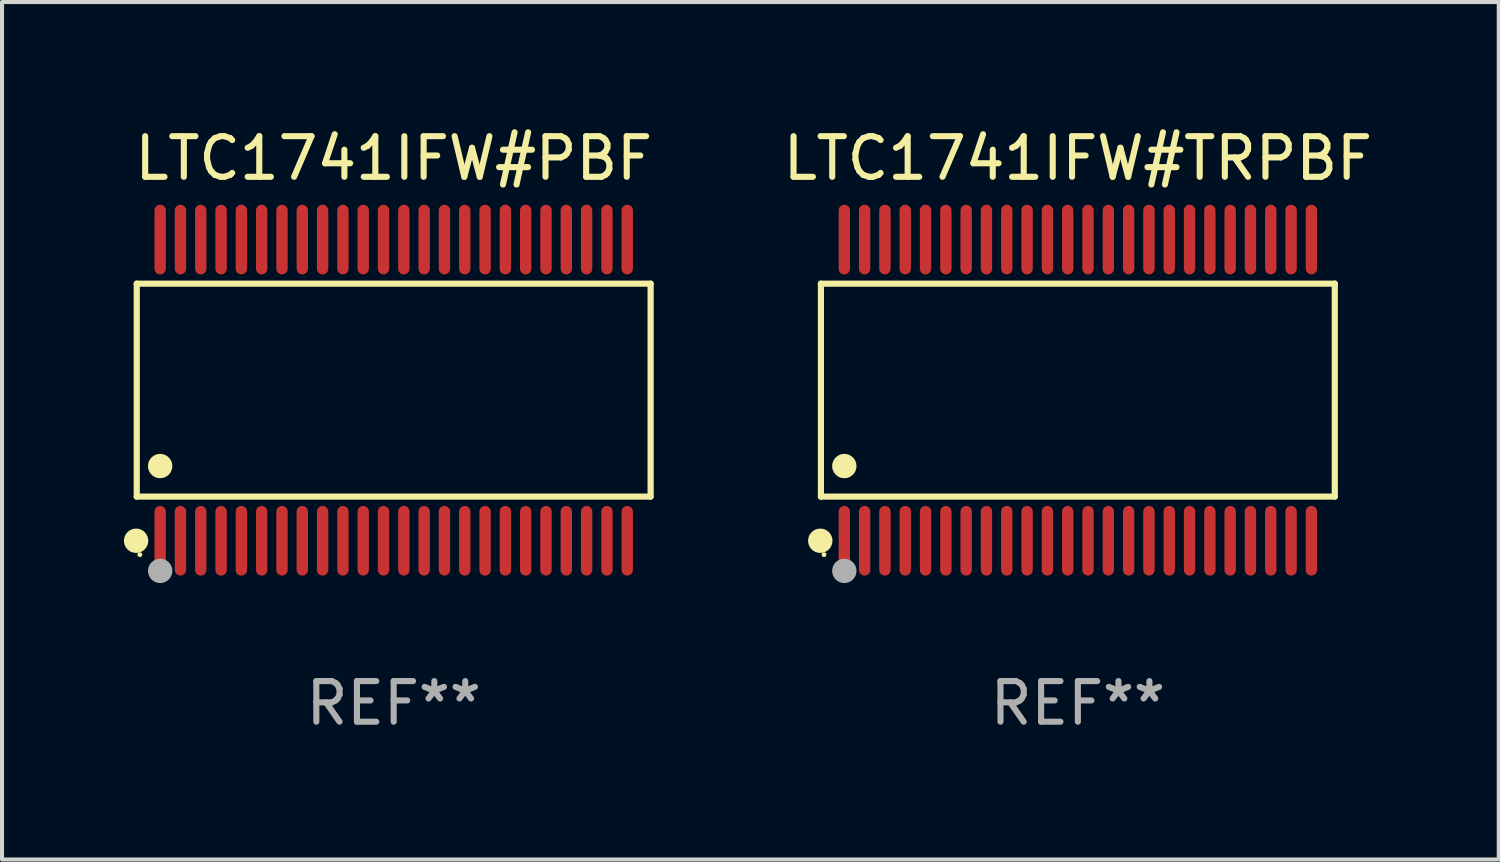
<source format=kicad_pcb>
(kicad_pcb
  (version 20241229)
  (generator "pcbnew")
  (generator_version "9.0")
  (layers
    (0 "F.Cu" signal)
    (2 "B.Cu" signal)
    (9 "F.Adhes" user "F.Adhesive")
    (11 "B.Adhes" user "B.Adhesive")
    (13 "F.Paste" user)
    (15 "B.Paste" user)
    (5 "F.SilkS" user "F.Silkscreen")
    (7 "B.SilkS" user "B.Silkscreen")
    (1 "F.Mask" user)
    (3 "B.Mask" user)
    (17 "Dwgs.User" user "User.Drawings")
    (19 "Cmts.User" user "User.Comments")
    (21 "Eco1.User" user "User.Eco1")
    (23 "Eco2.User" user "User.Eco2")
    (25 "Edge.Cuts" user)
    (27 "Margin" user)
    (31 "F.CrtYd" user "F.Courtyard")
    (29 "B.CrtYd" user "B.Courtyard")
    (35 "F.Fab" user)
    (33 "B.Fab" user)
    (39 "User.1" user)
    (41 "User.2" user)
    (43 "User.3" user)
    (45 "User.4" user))
  (footprint "LTC1741IFW#TRPBF"
    (layer "F.Cu")
    (at 23.488 6.556)
    (property "Reference" "LTC1741IFW#TRPBF" (at 0 -5.708 0) (layer "F.SilkS") (effects (font (size 1 1) (thickness 0.15))))
    (attr through_hole)
    (fp_line (start -6.326 -2.622) (end 6.326 -2.622) (stroke (width 0.152) (type solid)) (layer "F.SilkS"))
    (fp_line (start -6.326 2.621) (end -6.326 -2.622) (stroke (width 0.152) (type solid)) (layer "F.SilkS"))
    (fp_line (start 6.326 -2.622) (end 6.326 2.621) (stroke (width 0.152) (type solid)) (layer "F.SilkS"))
    (fp_line (start 6.326 2.621) (end -6.326 2.621) (stroke (width 0.152) (type solid)) (layer "F.SilkS"))
    (fp_circle (center -6.342 3.708) (end -6.192 3.708) (stroke (width 0.3) (type solid)) (fill no) (layer "F.SilkS"))
    (fp_circle (center -6.25 4.05) (end -6.22 4.05) (stroke (width 0.06) (type solid)) (fill no) (layer "F.SilkS"))
    (fp_circle (center -5.75 1.869) (end -5.6 1.869) (stroke (width 0.3) (type solid)) (fill no) (layer "F.SilkS"))
    (fp_circle (center -5.75 4.45) (end -5.6 4.45) (stroke (width 0.3) (type solid)) (fill no) (layer "F.Fab"))
    (fp_text user "REF**" (at 0 7.708 0) (layer "F.Fab") (effects (font (size 1 1) (thickness 0.15))))
    (pad "1" smd oval (at -5.75 3.708) (size 0.28 1.715) (layers "F.Cu" "F.Mask" "F.Paste"))
    (pad "2" smd oval (at -5.25 3.708) (size 0.28 1.715) (layers "F.Cu" "F.Mask" "F.Paste"))
    (pad "3" smd oval (at -4.75 3.708) (size 0.28 1.715) (layers "F.Cu" "F.Mask" "F.Paste"))
    (pad "4" smd oval (at -4.25 3.708) (size 0.28 1.715) (layers "F.Cu" "F.Mask" "F.Paste"))
    (pad "5" smd oval (at -3.75 3.708) (size 0.28 1.715) (layers "F.Cu" "F.Mask" "F.Paste"))
    (pad "6" smd oval (at -3.25 3.708) (size 0.28 1.715) (layers "F.Cu" "F.Mask" "F.Paste"))
    (pad "7" smd oval (at -2.75 3.708) (size 0.28 1.715) (layers "F.Cu" "F.Mask" "F.Paste"))
    (pad "8" smd oval (at -2.25 3.708) (size 0.28 1.715) (layers "F.Cu" "F.Mask" "F.Paste"))
    (pad "9" smd oval (at -1.75 3.708) (size 0.28 1.715) (layers "F.Cu" "F.Mask" "F.Paste"))
    (pad "10" smd oval (at -1.25 3.708) (size 0.28 1.715) (layers "F.Cu" "F.Mask" "F.Paste"))
    (pad "11" smd oval (at -0.75 3.708) (size 0.28 1.715) (layers "F.Cu" "F.Mask" "F.Paste"))
    (pad "12" smd oval (at -0.25 3.708) (size 0.28 1.715) (layers "F.Cu" "F.Mask" "F.Paste"))
    (pad "13" smd oval (at 0.25 3.708) (size 0.28 1.715) (layers "F.Cu" "F.Mask" "F.Paste"))
    (pad "14" smd oval (at 0.75 3.708) (size 0.28 1.715) (layers "F.Cu" "F.Mask" "F.Paste"))
    (pad "15" smd oval (at 1.25 3.708) (size 0.28 1.715) (layers "F.Cu" "F.Mask" "F.Paste"))
    (pad "16" smd oval (at 1.75 3.708) (size 0.28 1.715) (layers "F.Cu" "F.Mask" "F.Paste"))
    (pad "17" smd oval (at 2.25 3.708) (size 0.28 1.715) (layers "F.Cu" "F.Mask" "F.Paste"))
    (pad "18" smd oval (at 2.75 3.708) (size 0.28 1.715) (layers "F.Cu" "F.Mask" "F.Paste"))
    (pad "19" smd oval (at 3.25 3.708) (size 0.28 1.715) (layers "F.Cu" "F.Mask" "F.Paste"))
    (pad "20" smd oval (at 3.75 3.708) (size 0.28 1.715) (layers "F.Cu" "F.Mask" "F.Paste"))
    (pad "21" smd oval (at 4.25 3.708) (size 0.28 1.715) (layers "F.Cu" "F.Mask" "F.Paste"))
    (pad "22" smd oval (at 4.75 3.708) (size 0.28 1.715) (layers "F.Cu" "F.Mask" "F.Paste"))
    (pad "23" smd oval (at 5.25 3.708) (size 0.28 1.715) (layers "F.Cu" "F.Mask" "F.Paste"))
    (pad "24" smd oval (at 5.75 3.708) (size 0.28 1.715) (layers "F.Cu" "F.Mask" "F.Paste"))
    (pad "25" smd oval (at 5.75 -3.708) (size 0.28 1.715) (layers "F.Cu" "F.Mask" "F.Paste"))
    (pad "26" smd oval (at 5.25 -3.708) (size 0.28 1.715) (layers "F.Cu" "F.Mask" "F.Paste"))
    (pad "27" smd oval (at 4.75 -3.708) (size 0.28 1.715) (layers "F.Cu" "F.Mask" "F.Paste"))
    (pad "28" smd oval (at 4.25 -3.708) (size 0.28 1.715) (layers "F.Cu" "F.Mask" "F.Paste"))
    (pad "29" smd oval (at 3.75 -3.708) (size 0.28 1.715) (layers "F.Cu" "F.Mask" "F.Paste"))
    (pad "30" smd oval (at 3.25 -3.708) (size 0.28 1.715) (layers "F.Cu" "F.Mask" "F.Paste"))
    (pad "31" smd oval (at 2.75 -3.708) (size 0.28 1.715) (layers "F.Cu" "F.Mask" "F.Paste"))
    (pad "32" smd oval (at 2.25 -3.708) (size 0.28 1.715) (layers "F.Cu" "F.Mask" "F.Paste"))
    (pad "33" smd oval (at 1.75 -3.708) (size 0.28 1.715) (layers "F.Cu" "F.Mask" "F.Paste"))
    (pad "34" smd oval (at 1.25 -3.708) (size 0.28 1.715) (layers "F.Cu" "F.Mask" "F.Paste"))
    (pad "35" smd oval (at 0.75 -3.708) (size 0.28 1.715) (layers "F.Cu" "F.Mask" "F.Paste"))
    (pad "36" smd oval (at 0.25 -3.708) (size 0.28 1.715) (layers "F.Cu" "F.Mask" "F.Paste"))
    (pad "37" smd oval (at -0.25 -3.708) (size 0.28 1.715) (layers "F.Cu" "F.Mask" "F.Paste"))
    (pad "38" smd oval (at -0.75 -3.708) (size 0.28 1.715) (layers "F.Cu" "F.Mask" "F.Paste"))
    (pad "39" smd oval (at -1.25 -3.708) (size 0.28 1.715) (layers "F.Cu" "F.Mask" "F.Paste"))
    (pad "40" smd oval (at -1.75 -3.708) (size 0.28 1.715) (layers "F.Cu" "F.Mask" "F.Paste"))
    (pad "41" smd oval (at -2.25 -3.708) (size 0.28 1.715) (layers "F.Cu" "F.Mask" "F.Paste"))
    (pad "42" smd oval (at -2.75 -3.708) (size 0.28 1.715) (layers "F.Cu" "F.Mask" "F.Paste"))
    (pad "43" smd oval (at -3.25 -3.708) (size 0.28 1.715) (layers "F.Cu" "F.Mask" "F.Paste"))
    (pad "44" smd oval (at -3.75 -3.708) (size 0.28 1.715) (layers "F.Cu" "F.Mask" "F.Paste"))
    (pad "45" smd oval (at -4.25 -3.708) (size 0.28 1.715) (layers "F.Cu" "F.Mask" "F.Paste"))
    (pad "46" smd oval (at -4.75 -3.708) (size 0.28 1.715) (layers "F.Cu" "F.Mask" "F.Paste"))
    (pad "47" smd oval (at -5.25 -3.708) (size 0.28 1.715) (layers "F.Cu" "F.Mask" "F.Paste"))
    (pad "48" smd oval (at -5.75 -3.708) (size 0.28 1.715) (layers "F.Cu" "F.Mask" "F.Paste")))
  (footprint "LTC1741IFW#PBF"
    (layer "F.Cu")
    (at 6.643 6.556)
    (property "Reference" "LTC1741IFW#PBF" (at 0 -5.708 0) (layer "F.SilkS") (effects (font (size 1 1) (thickness 0.15))))
    (attr through_hole)
    (fp_line (start -6.326 -2.622) (end 6.326 -2.622) (stroke (width 0.152) (type solid)) (layer "F.SilkS"))
    (fp_line (start -6.326 2.621) (end -6.326 -2.622) (stroke (width 0.152) (type solid)) (layer "F.SilkS"))
    (fp_line (start 6.326 -2.622) (end 6.326 2.621) (stroke (width 0.152) (type solid)) (layer "F.SilkS"))
    (fp_line (start 6.326 2.621) (end -6.326 2.621) (stroke (width 0.152) (type solid)) (layer "F.SilkS"))
    (fp_circle (center -6.342 3.708) (end -6.192 3.708) (stroke (width 0.3) (type solid)) (fill no) (layer "F.SilkS"))
    (fp_circle (center -6.25 4.05) (end -6.22 4.05) (stroke (width 0.06) (type solid)) (fill no) (layer "F.SilkS"))
    (fp_circle (center -5.75 1.869) (end -5.6 1.869) (stroke (width 0.3) (type solid)) (fill no) (layer "F.SilkS"))
    (fp_circle (center -5.75 4.45) (end -5.6 4.45) (stroke (width 0.3) (type solid)) (fill no) (layer "F.Fab"))
    (fp_text user "REF**" (at 0 7.708 0) (layer "F.Fab") (effects (font (size 1 1) (thickness 0.15))))
    (pad "1" smd oval (at -5.75 3.708) (size 0.28 1.715) (layers "F.Cu" "F.Mask" "F.Paste"))
    (pad "2" smd oval (at -5.25 3.708) (size 0.28 1.715) (layers "F.Cu" "F.Mask" "F.Paste"))
    (pad "3" smd oval (at -4.75 3.708) (size 0.28 1.715) (layers "F.Cu" "F.Mask" "F.Paste"))
    (pad "4" smd oval (at -4.25 3.708) (size 0.28 1.715) (layers "F.Cu" "F.Mask" "F.Paste"))
    (pad "5" smd oval (at -3.75 3.708) (size 0.28 1.715) (layers "F.Cu" "F.Mask" "F.Paste"))
    (pad "6" smd oval (at -3.25 3.708) (size 0.28 1.715) (layers "F.Cu" "F.Mask" "F.Paste"))
    (pad "7" smd oval (at -2.75 3.708) (size 0.28 1.715) (layers "F.Cu" "F.Mask" "F.Paste"))
    (pad "8" smd oval (at -2.25 3.708) (size 0.28 1.715) (layers "F.Cu" "F.Mask" "F.Paste"))
    (pad "9" smd oval (at -1.75 3.708) (size 0.28 1.715) (layers "F.Cu" "F.Mask" "F.Paste"))
    (pad "10" smd oval (at -1.25 3.708) (size 0.28 1.715) (layers "F.Cu" "F.Mask" "F.Paste"))
    (pad "11" smd oval (at -0.75 3.708) (size 0.28 1.715) (layers "F.Cu" "F.Mask" "F.Paste"))
    (pad "12" smd oval (at -0.25 3.708) (size 0.28 1.715) (layers "F.Cu" "F.Mask" "F.Paste"))
    (pad "13" smd oval (at 0.25 3.708) (size 0.28 1.715) (layers "F.Cu" "F.Mask" "F.Paste"))
    (pad "14" smd oval (at 0.75 3.708) (size 0.28 1.715) (layers "F.Cu" "F.Mask" "F.Paste"))
    (pad "15" smd oval (at 1.25 3.708) (size 0.28 1.715) (layers "F.Cu" "F.Mask" "F.Paste"))
    (pad "16" smd oval (at 1.75 3.708) (size 0.28 1.715) (layers "F.Cu" "F.Mask" "F.Paste"))
    (pad "17" smd oval (at 2.25 3.708) (size 0.28 1.715) (layers "F.Cu" "F.Mask" "F.Paste"))
    (pad "18" smd oval (at 2.75 3.708) (size 0.28 1.715) (layers "F.Cu" "F.Mask" "F.Paste"))
    (pad "19" smd oval (at 3.25 3.708) (size 0.28 1.715) (layers "F.Cu" "F.Mask" "F.Paste"))
    (pad "20" smd oval (at 3.75 3.708) (size 0.28 1.715) (layers "F.Cu" "F.Mask" "F.Paste"))
    (pad "21" smd oval (at 4.25 3.708) (size 0.28 1.715) (layers "F.Cu" "F.Mask" "F.Paste"))
    (pad "22" smd oval (at 4.75 3.708) (size 0.28 1.715) (layers "F.Cu" "F.Mask" "F.Paste"))
    (pad "23" smd oval (at 5.25 3.708) (size 0.28 1.715) (layers "F.Cu" "F.Mask" "F.Paste"))
    (pad "24" smd oval (at 5.75 3.708) (size 0.28 1.715) (layers "F.Cu" "F.Mask" "F.Paste"))
    (pad "25" smd oval (at 5.75 -3.708) (size 0.28 1.715) (layers "F.Cu" "F.Mask" "F.Paste"))
    (pad "26" smd oval (at 5.25 -3.708) (size 0.28 1.715) (layers "F.Cu" "F.Mask" "F.Paste"))
    (pad "27" smd oval (at 4.75 -3.708) (size 0.28 1.715) (layers "F.Cu" "F.Mask" "F.Paste"))
    (pad "28" smd oval (at 4.25 -3.708) (size 0.28 1.715) (layers "F.Cu" "F.Mask" "F.Paste"))
    (pad "29" smd oval (at 3.75 -3.708) (size 0.28 1.715) (layers "F.Cu" "F.Mask" "F.Paste"))
    (pad "30" smd oval (at 3.25 -3.708) (size 0.28 1.715) (layers "F.Cu" "F.Mask" "F.Paste"))
    (pad "31" smd oval (at 2.75 -3.708) (size 0.28 1.715) (layers "F.Cu" "F.Mask" "F.Paste"))
    (pad "32" smd oval (at 2.25 -3.708) (size 0.28 1.715) (layers "F.Cu" "F.Mask" "F.Paste"))
    (pad "33" smd oval (at 1.75 -3.708) (size 0.28 1.715) (layers "F.Cu" "F.Mask" "F.Paste"))
    (pad "34" smd oval (at 1.25 -3.708) (size 0.28 1.715) (layers "F.Cu" "F.Mask" "F.Paste"))
    (pad "35" smd oval (at 0.75 -3.708) (size 0.28 1.715) (layers "F.Cu" "F.Mask" "F.Paste"))
    (pad "36" smd oval (at 0.25 -3.708) (size 0.28 1.715) (layers "F.Cu" "F.Mask" "F.Paste"))
    (pad "37" smd oval (at -0.25 -3.708) (size 0.28 1.715) (layers "F.Cu" "F.Mask" "F.Paste"))
    (pad "38" smd oval (at -0.75 -3.708) (size 0.28 1.715) (layers "F.Cu" "F.Mask" "F.Paste"))
    (pad "39" smd oval (at -1.25 -3.708) (size 0.28 1.715) (layers "F.Cu" "F.Mask" "F.Paste"))
    (pad "40" smd oval (at -1.75 -3.708) (size 0.28 1.715) (layers "F.Cu" "F.Mask" "F.Paste"))
    (pad "41" smd oval (at -2.25 -3.708) (size 0.28 1.715) (layers "F.Cu" "F.Mask" "F.Paste"))
    (pad "42" smd oval (at -2.75 -3.708) (size 0.28 1.715) (layers "F.Cu" "F.Mask" "F.Paste"))
    (pad "43" smd oval (at -3.25 -3.708) (size 0.28 1.715) (layers "F.Cu" "F.Mask" "F.Paste"))
    (pad "44" smd oval (at -3.75 -3.708) (size 0.28 1.715) (layers "F.Cu" "F.Mask" "F.Paste"))
    (pad "45" smd oval (at -4.25 -3.708) (size 0.28 1.715) (layers "F.Cu" "F.Mask" "F.Paste"))
    (pad "46" smd oval (at -4.75 -3.708) (size 0.28 1.715) (layers "F.Cu" "F.Mask" "F.Paste"))
    (pad "47" smd oval (at -5.25 -3.708) (size 0.28 1.715) (layers "F.Cu" "F.Mask" "F.Paste"))
    (pad "48" smd oval (at -5.75 -3.708) (size 0.28 1.715) (layers "F.Cu" "F.Mask" "F.Paste")))
  (gr_rect
    (start -3 -3)
    (end 33.851 18.112)
    (stroke (width 0.1) (type default))
    (fill no)
    (layer "Edge.Cuts")))
</source>
